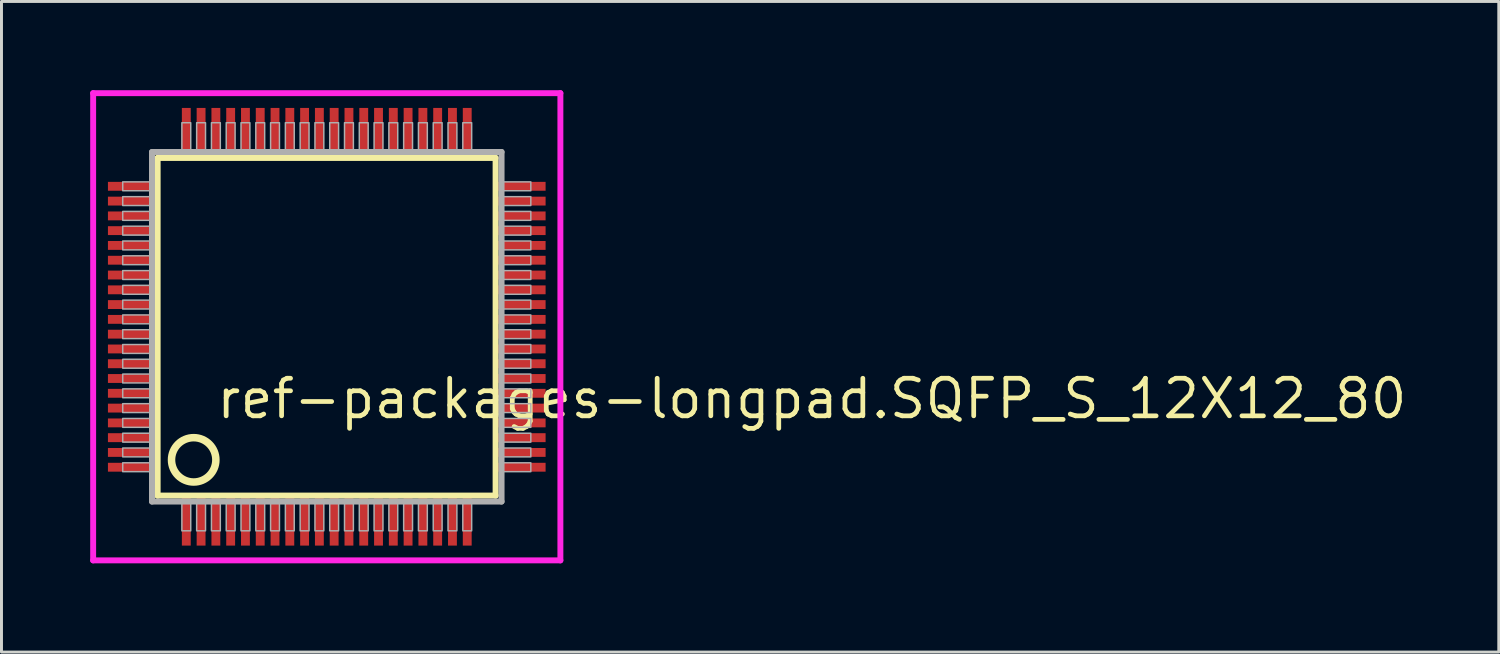
<source format=kicad_pcb>
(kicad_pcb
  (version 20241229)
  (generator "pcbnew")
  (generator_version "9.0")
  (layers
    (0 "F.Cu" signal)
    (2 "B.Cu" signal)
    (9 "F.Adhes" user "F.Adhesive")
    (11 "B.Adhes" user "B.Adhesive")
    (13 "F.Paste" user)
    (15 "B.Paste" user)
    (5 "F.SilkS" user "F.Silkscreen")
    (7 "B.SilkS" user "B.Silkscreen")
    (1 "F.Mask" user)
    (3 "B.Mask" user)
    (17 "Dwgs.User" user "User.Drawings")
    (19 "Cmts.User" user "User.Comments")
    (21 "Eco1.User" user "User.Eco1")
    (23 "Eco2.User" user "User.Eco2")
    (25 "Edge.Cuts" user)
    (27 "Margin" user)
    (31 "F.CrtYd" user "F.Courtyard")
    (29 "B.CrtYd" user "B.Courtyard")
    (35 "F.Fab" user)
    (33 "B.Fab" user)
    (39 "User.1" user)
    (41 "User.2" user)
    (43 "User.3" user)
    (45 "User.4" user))
  (footprint "ref-packages-longpad.SQFP_S_12X12_80"
    (layer "F.Cu")
    (at 8 8)
    (property "Reference" "ref-packages-longpad.SQFP_S_12X12_80" (at -3.81 3.175 0) (layer "F.SilkS") (effects (font (size 1.27 1.27) (thickness 0.16)) (justify left bottom)))
    (attr smd)
    (fp_line (start -5.72 -5.71) (end 5.71 -5.71) (stroke (width 0.203) (type default)) (layer "F.SilkS"))
    (fp_line (start -5.72 5.71) (end -5.72 -5.71) (stroke (width 0.203) (type default)) (layer "F.SilkS"))
    (fp_line (start 5.71 -5.71) (end 5.71 5.71) (stroke (width 0.203) (type default)) (layer "F.SilkS"))
    (fp_line (start 5.71 5.71) (end -5.72 5.71) (stroke (width 0.203) (type default)) (layer "F.SilkS"))
    (fp_circle (center -4.5 4.5) (end -3.75 4.5) (stroke (width 0.254) (type default)) (fill no) (layer "F.SilkS"))
    (fp_line (start -7.9 -7.9) (end 7.9 -7.9) (stroke (width 0.2) (type default)) (layer "F.CrtYd"))
    (fp_line (start -7.9 7.9) (end -7.9 -7.9) (stroke (width 0.2) (type default)) (layer "F.CrtYd"))
    (fp_line (start 7.9 -7.9) (end 7.9 7.9) (stroke (width 0.2) (type default)) (layer "F.CrtYd"))
    (fp_line (start 7.9 7.9) (end -7.9 7.9) (stroke (width 0.2) (type default)) (layer "F.CrtYd"))
    (fp_line (start -5.91 -5.91) (end -5.91 5.91) (stroke (width 0.203) (type default)) (layer "F.Fab"))
    (fp_line (start -5.91 5.91) (end 5.91 5.91) (stroke (width 0.203) (type default)) (layer "F.Fab"))
    (fp_line (start 5.91 -5.91) (end -5.91 -5.91) (stroke (width 0.203) (type default)) (layer "F.Fab"))
    (fp_line (start 5.91 5.91) (end 5.91 -5.91) (stroke (width 0.203) (type default)) (layer "F.Fab"))
    (fp_rect (start -6.9 -4.6) (end -5.95 -4.9) (stroke (width 0.05) (type default)) (fill no) (layer "F.Fab"))
    (fp_rect (start -6.9 -4.1) (end -5.95 -4.4) (stroke (width 0.05) (type default)) (fill no) (layer "F.Fab"))
    (fp_rect (start -6.9 -3.6) (end -5.95 -3.9) (stroke (width 0.05) (type default)) (fill no) (layer "F.Fab"))
    (fp_rect (start -6.9 -3.1) (end -5.95 -3.4) (stroke (width 0.05) (type default)) (fill no) (layer "F.Fab"))
    (fp_rect (start -6.9 -2.6) (end -5.95 -2.9) (stroke (width 0.05) (type default)) (fill no) (layer "F.Fab"))
    (fp_rect (start -6.9 -2.1) (end -5.95 -2.4) (stroke (width 0.05) (type default)) (fill no) (layer "F.Fab"))
    (fp_rect (start -6.9 -1.6) (end -5.95 -1.9) (stroke (width 0.05) (type default)) (fill no) (layer "F.Fab"))
    (fp_rect (start -6.9 -1.1) (end -5.95 -1.4) (stroke (width 0.05) (type default)) (fill no) (layer "F.Fab"))
    (fp_rect (start -6.9 -0.6) (end -5.95 -0.9) (stroke (width 0.05) (type default)) (fill no) (layer "F.Fab"))
    (fp_rect (start -6.9 -0.1) (end -5.95 -0.4) (stroke (width 0.05) (type default)) (fill no) (layer "F.Fab"))
    (fp_rect (start -6.9 0.4) (end -5.95 0.1) (stroke (width 0.05) (type default)) (fill no) (layer "F.Fab"))
    (fp_rect (start -6.9 0.9) (end -5.95 0.6) (stroke (width 0.05) (type default)) (fill no) (layer "F.Fab"))
    (fp_rect (start -6.9 1.4) (end -5.95 1.1) (stroke (width 0.05) (type default)) (fill no) (layer "F.Fab"))
    (fp_rect (start -6.9 1.9) (end -5.95 1.6) (stroke (width 0.05) (type default)) (fill no) (layer "F.Fab"))
    (fp_rect (start -6.9 2.4) (end -5.95 2.1) (stroke (width 0.05) (type default)) (fill no) (layer "F.Fab"))
    (fp_rect (start -6.9 2.9) (end -5.95 2.6) (stroke (width 0.05) (type default)) (fill no) (layer "F.Fab"))
    (fp_rect (start -6.9 3.4) (end -5.95 3.1) (stroke (width 0.05) (type default)) (fill no) (layer "F.Fab"))
    (fp_rect (start -6.9 3.9) (end -5.95 3.6) (stroke (width 0.05) (type default)) (fill no) (layer "F.Fab"))
    (fp_rect (start -6.9 4.4) (end -5.95 4.1) (stroke (width 0.05) (type default)) (fill no) (layer "F.Fab"))
    (fp_rect (start -6.9 4.9) (end -5.95 4.6) (stroke (width 0.05) (type default)) (fill no) (layer "F.Fab"))
    (fp_rect (start -4.9 -5.95) (end -4.6 -6.9) (stroke (width 0.05) (type default)) (fill no) (layer "F.Fab"))
    (fp_rect (start -4.9 6.9) (end -4.6 5.95) (stroke (width 0.05) (type default)) (fill no) (layer "F.Fab"))
    (fp_rect (start -4.4 -5.95) (end -4.1 -6.9) (stroke (width 0.05) (type default)) (fill no) (layer "F.Fab"))
    (fp_rect (start -4.4 6.9) (end -4.1 5.95) (stroke (width 0.05) (type default)) (fill no) (layer "F.Fab"))
    (fp_rect (start -3.9 -5.95) (end -3.6 -6.9) (stroke (width 0.05) (type default)) (fill no) (layer "F.Fab"))
    (fp_rect (start -3.9 6.9) (end -3.6 5.95) (stroke (width 0.05) (type default)) (fill no) (layer "F.Fab"))
    (fp_rect (start -3.4 -5.95) (end -3.1 -6.9) (stroke (width 0.05) (type default)) (fill no) (layer "F.Fab"))
    (fp_rect (start -3.4 6.9) (end -3.1 5.95) (stroke (width 0.05) (type default)) (fill no) (layer "F.Fab"))
    (fp_rect (start -2.9 -5.95) (end -2.6 -6.9) (stroke (width 0.05) (type default)) (fill no) (layer "F.Fab"))
    (fp_rect (start -2.9 6.9) (end -2.6 5.95) (stroke (width 0.05) (type default)) (fill no) (layer "F.Fab"))
    (fp_rect (start -2.4 -5.95) (end -2.1 -6.9) (stroke (width 0.05) (type default)) (fill no) (layer "F.Fab"))
    (fp_rect (start -2.4 6.9) (end -2.1 5.95) (stroke (width 0.05) (type default)) (fill no) (layer "F.Fab"))
    (fp_rect (start -1.9 -5.95) (end -1.6 -6.9) (stroke (width 0.05) (type default)) (fill no) (layer "F.Fab"))
    (fp_rect (start -1.9 6.9) (end -1.6 5.95) (stroke (width 0.05) (type default)) (fill no) (layer "F.Fab"))
    (fp_rect (start -1.4 -5.95) (end -1.1 -6.9) (stroke (width 0.05) (type default)) (fill no) (layer "F.Fab"))
    (fp_rect (start -1.4 6.9) (end -1.1 5.95) (stroke (width 0.05) (type default)) (fill no) (layer "F.Fab"))
    (fp_rect (start -0.9 -5.95) (end -0.6 -6.9) (stroke (width 0.05) (type default)) (fill no) (layer "F.Fab"))
    (fp_rect (start -0.9 6.9) (end -0.6 5.95) (stroke (width 0.05) (type default)) (fill no) (layer "F.Fab"))
    (fp_rect (start -0.4 -5.95) (end -0.1 -6.9) (stroke (width 0.05) (type default)) (fill no) (layer "F.Fab"))
    (fp_rect (start -0.4 6.9) (end -0.1 5.95) (stroke (width 0.05) (type default)) (fill no) (layer "F.Fab"))
    (fp_rect (start 0.1 -5.95) (end 0.4 -6.9) (stroke (width 0.05) (type default)) (fill no) (layer "F.Fab"))
    (fp_rect (start 0.1 6.9) (end 0.4 5.95) (stroke (width 0.05) (type default)) (fill no) (layer "F.Fab"))
    (fp_rect (start 0.6 -5.95) (end 0.9 -6.9) (stroke (width 0.05) (type default)) (fill no) (layer "F.Fab"))
    (fp_rect (start 0.6 6.9) (end 0.9 5.95) (stroke (width 0.05) (type default)) (fill no) (layer "F.Fab"))
    (fp_rect (start 1.1 -5.95) (end 1.4 -6.9) (stroke (width 0.05) (type default)) (fill no) (layer "F.Fab"))
    (fp_rect (start 1.1 6.9) (end 1.4 5.95) (stroke (width 0.05) (type default)) (fill no) (layer "F.Fab"))
    (fp_rect (start 1.6 -5.95) (end 1.9 -6.9) (stroke (width 0.05) (type default)) (fill no) (layer "F.Fab"))
    (fp_rect (start 1.6 6.9) (end 1.9 5.95) (stroke (width 0.05) (type default)) (fill no) (layer "F.Fab"))
    (fp_rect (start 2.1 -5.95) (end 2.4 -6.9) (stroke (width 0.05) (type default)) (fill no) (layer "F.Fab"))
    (fp_rect (start 2.1 6.9) (end 2.4 5.95) (stroke (width 0.05) (type default)) (fill no) (layer "F.Fab"))
    (fp_rect (start 2.6 -5.95) (end 2.9 -6.9) (stroke (width 0.05) (type default)) (fill no) (layer "F.Fab"))
    (fp_rect (start 2.6 6.9) (end 2.9 5.95) (stroke (width 0.05) (type default)) (fill no) (layer "F.Fab"))
    (fp_rect (start 3.1 -5.95) (end 3.4 -6.9) (stroke (width 0.05) (type default)) (fill no) (layer "F.Fab"))
    (fp_rect (start 3.1 6.9) (end 3.4 5.95) (stroke (width 0.05) (type default)) (fill no) (layer "F.Fab"))
    (fp_rect (start 3.6 -5.95) (end 3.9 -6.9) (stroke (width 0.05) (type default)) (fill no) (layer "F.Fab"))
    (fp_rect (start 3.6 6.9) (end 3.9 5.95) (stroke (width 0.05) (type default)) (fill no) (layer "F.Fab"))
    (fp_rect (start 4.1 -5.95) (end 4.4 -6.9) (stroke (width 0.05) (type default)) (fill no) (layer "F.Fab"))
    (fp_rect (start 4.1 6.9) (end 4.4 5.95) (stroke (width 0.05) (type default)) (fill no) (layer "F.Fab"))
    (fp_rect (start 4.6 -5.95) (end 4.9 -6.9) (stroke (width 0.05) (type default)) (fill no) (layer "F.Fab"))
    (fp_rect (start 4.6 6.9) (end 4.9 5.95) (stroke (width 0.05) (type default)) (fill no) (layer "F.Fab"))
    (fp_rect (start 5.95 -4.6) (end 6.9 -4.9) (stroke (width 0.05) (type default)) (fill no) (layer "F.Fab"))
    (fp_rect (start 5.95 -4.1) (end 6.9 -4.4) (stroke (width 0.05) (type default)) (fill no) (layer "F.Fab"))
    (fp_rect (start 5.95 -3.6) (end 6.9 -3.9) (stroke (width 0.05) (type default)) (fill no) (layer "F.Fab"))
    (fp_rect (start 5.95 -3.1) (end 6.9 -3.4) (stroke (width 0.05) (type default)) (fill no) (layer "F.Fab"))
    (fp_rect (start 5.95 -2.6) (end 6.9 -2.9) (stroke (width 0.05) (type default)) (fill no) (layer "F.Fab"))
    (fp_rect (start 5.95 -2.1) (end 6.9 -2.4) (stroke (width 0.05) (type default)) (fill no) (layer "F.Fab"))
    (fp_rect (start 5.95 -1.6) (end 6.9 -1.9) (stroke (width 0.05) (type default)) (fill no) (layer "F.Fab"))
    (fp_rect (start 5.95 -1.1) (end 6.9 -1.4) (stroke (width 0.05) (type default)) (fill no) (layer "F.Fab"))
    (fp_rect (start 5.95 -0.6) (end 6.9 -0.9) (stroke (width 0.05) (type default)) (fill no) (layer "F.Fab"))
    (fp_rect (start 5.95 -0.1) (end 6.9 -0.4) (stroke (width 0.05) (type default)) (fill no) (layer "F.Fab"))
    (fp_rect (start 5.95 0.4) (end 6.9 0.1) (stroke (width 0.05) (type default)) (fill no) (layer "F.Fab"))
    (fp_rect (start 5.95 0.9) (end 6.9 0.6) (stroke (width 0.05) (type default)) (fill no) (layer "F.Fab"))
    (fp_rect (start 5.95 1.4) (end 6.9 1.1) (stroke (width 0.05) (type default)) (fill no) (layer "F.Fab"))
    (fp_rect (start 5.95 1.9) (end 6.9 1.6) (stroke (width 0.05) (type default)) (fill no) (layer "F.Fab"))
    (fp_rect (start 5.95 2.4) (end 6.9 2.1) (stroke (width 0.05) (type default)) (fill no) (layer "F.Fab"))
    (fp_rect (start 5.95 2.9) (end 6.9 2.6) (stroke (width 0.05) (type default)) (fill no) (layer "F.Fab"))
    (fp_rect (start 5.95 3.4) (end 6.9 3.1) (stroke (width 0.05) (type default)) (fill no) (layer "F.Fab"))
    (fp_rect (start 5.95 3.9) (end 6.9 3.6) (stroke (width 0.05) (type default)) (fill no) (layer "F.Fab"))
    (fp_rect (start 5.95 4.4) (end 6.9 4.1) (stroke (width 0.05) (type default)) (fill no) (layer "F.Fab"))
    (fp_rect (start 5.95 4.9) (end 6.9 4.6) (stroke (width 0.05) (type default)) (fill no) (layer "F.Fab"))
    (pad "1" smd roundrect (at -4.75 6.6) (size 0.3 1.6) (layers "F.Cu" "F.Mask" "F.Paste") (roundrect_rratio 0.01))
    (pad "2" smd roundrect (at -4.25 6.6) (size 0.3 1.6) (layers "F.Cu" "F.Mask" "F.Paste") (roundrect_rratio 0.01))
    (pad "3" smd roundrect (at -3.75 6.6) (size 0.3 1.6) (layers "F.Cu" "F.Mask" "F.Paste") (roundrect_rratio 0.01))
    (pad "4" smd roundrect (at -3.25 6.6) (size 0.3 1.6) (layers "F.Cu" "F.Mask" "F.Paste") (roundrect_rratio 0.01))
    (pad "5" smd roundrect (at -2.75 6.6) (size 0.3 1.6) (layers "F.Cu" "F.Mask" "F.Paste") (roundrect_rratio 0.01))
    (pad "6" smd roundrect (at -2.25 6.6) (size 0.3 1.6) (layers "F.Cu" "F.Mask" "F.Paste") (roundrect_rratio 0.01))
    (pad "7" smd roundrect (at -1.75 6.6) (size 0.3 1.6) (layers "F.Cu" "F.Mask" "F.Paste") (roundrect_rratio 0.01))
    (pad "8" smd roundrect (at -1.25 6.6) (size 0.3 1.6) (layers "F.Cu" "F.Mask" "F.Paste") (roundrect_rratio 0.01))
    (pad "9" smd roundrect (at -0.75 6.6) (size 0.3 1.6) (layers "F.Cu" "F.Mask" "F.Paste") (roundrect_rratio 0.01))
    (pad "10" smd roundrect (at -0.25 6.6) (size 0.3 1.6) (layers "F.Cu" "F.Mask" "F.Paste") (roundrect_rratio 0.01))
    (pad "11" smd roundrect (at 0.25 6.6) (size 0.3 1.6) (layers "F.Cu" "F.Mask" "F.Paste") (roundrect_rratio 0.01))
    (pad "12" smd roundrect (at 0.75 6.6) (size 0.3 1.6) (layers "F.Cu" "F.Mask" "F.Paste") (roundrect_rratio 0.01))
    (pad "13" smd roundrect (at 1.25 6.6) (size 0.3 1.6) (layers "F.Cu" "F.Mask" "F.Paste") (roundrect_rratio 0.01))
    (pad "14" smd roundrect (at 1.75 6.6) (size 0.3 1.6) (layers "F.Cu" "F.Mask" "F.Paste") (roundrect_rratio 0.01))
    (pad "15" smd roundrect (at 2.25 6.6) (size 0.3 1.6) (layers "F.Cu" "F.Mask" "F.Paste") (roundrect_rratio 0.01))
    (pad "16" smd roundrect (at 2.75 6.6) (size 0.3 1.6) (layers "F.Cu" "F.Mask" "F.Paste") (roundrect_rratio 0.01))
    (pad "17" smd roundrect (at 3.25 6.6) (size 0.3 1.6) (layers "F.Cu" "F.Mask" "F.Paste") (roundrect_rratio 0.01))
    (pad "18" smd roundrect (at 3.75 6.6) (size 0.3 1.6) (layers "F.Cu" "F.Mask" "F.Paste") (roundrect_rratio 0.01))
    (pad "19" smd roundrect (at 4.25 6.6) (size 0.3 1.6) (layers "F.Cu" "F.Mask" "F.Paste") (roundrect_rratio 0.01))
    (pad "20" smd roundrect (at 4.75 6.6) (size 0.3 1.6) (layers "F.Cu" "F.Mask" "F.Paste") (roundrect_rratio 0.01))
    (pad "21" smd roundrect (at 6.6 4.75) (size 1.6 0.3) (layers "F.Cu" "F.Mask" "F.Paste") (roundrect_rratio 0.01))
    (pad "22" smd roundrect (at 6.6 4.25) (size 1.6 0.3) (layers "F.Cu" "F.Mask" "F.Paste") (roundrect_rratio 0.01))
    (pad "23" smd roundrect (at 6.6 3.75) (size 1.6 0.3) (layers "F.Cu" "F.Mask" "F.Paste") (roundrect_rratio 0.01))
    (pad "24" smd roundrect (at 6.6 3.25) (size 1.6 0.3) (layers "F.Cu" "F.Mask" "F.Paste") (roundrect_rratio 0.01))
    (pad "25" smd roundrect (at 6.6 2.75) (size 1.6 0.3) (layers "F.Cu" "F.Mask" "F.Paste") (roundrect_rratio 0.01))
    (pad "26" smd roundrect (at 6.6 2.25) (size 1.6 0.3) (layers "F.Cu" "F.Mask" "F.Paste") (roundrect_rratio 0.01))
    (pad "27" smd roundrect (at 6.6 1.75) (size 1.6 0.3) (layers "F.Cu" "F.Mask" "F.Paste") (roundrect_rratio 0.01))
    (pad "28" smd roundrect (at 6.6 1.25) (size 1.6 0.3) (layers "F.Cu" "F.Mask" "F.Paste") (roundrect_rratio 0.01))
    (pad "29" smd roundrect (at 6.6 0.75) (size 1.6 0.3) (layers "F.Cu" "F.Mask" "F.Paste") (roundrect_rratio 0.01))
    (pad "30" smd roundrect (at 6.6 0.25) (size 1.6 0.3) (layers "F.Cu" "F.Mask" "F.Paste") (roundrect_rratio 0.01))
    (pad "31" smd roundrect (at 6.6 -0.25) (size 1.6 0.3) (layers "F.Cu" "F.Mask" "F.Paste") (roundrect_rratio 0.01))
    (pad "32" smd roundrect (at 6.6 -0.75) (size 1.6 0.3) (layers "F.Cu" "F.Mask" "F.Paste") (roundrect_rratio 0.01))
    (pad "33" smd roundrect (at 6.6 -1.25) (size 1.6 0.3) (layers "F.Cu" "F.Mask" "F.Paste") (roundrect_rratio 0.01))
    (pad "34" smd roundrect (at 6.6 -1.75) (size 1.6 0.3) (layers "F.Cu" "F.Mask" "F.Paste") (roundrect_rratio 0.01))
    (pad "35" smd roundrect (at 6.6 -2.25) (size 1.6 0.3) (layers "F.Cu" "F.Mask" "F.Paste") (roundrect_rratio 0.01))
    (pad "36" smd roundrect (at 6.6 -2.75) (size 1.6 0.3) (layers "F.Cu" "F.Mask" "F.Paste") (roundrect_rratio 0.01))
    (pad "37" smd roundrect (at 6.6 -3.25) (size 1.6 0.3) (layers "F.Cu" "F.Mask" "F.Paste") (roundrect_rratio 0.01))
    (pad "38" smd roundrect (at 6.6 -3.75) (size 1.6 0.3) (layers "F.Cu" "F.Mask" "F.Paste") (roundrect_rratio 0.01))
    (pad "39" smd roundrect (at 6.6 -4.25) (size 1.6 0.3) (layers "F.Cu" "F.Mask" "F.Paste") (roundrect_rratio 0.01))
    (pad "40" smd roundrect (at 6.6 -4.75) (size 1.6 0.3) (layers "F.Cu" "F.Mask" "F.Paste") (roundrect_rratio 0.01))
    (pad "41" smd roundrect (at 4.75 -6.6) (size 0.3 1.6) (layers "F.Cu" "F.Mask" "F.Paste") (roundrect_rratio 0.01))
    (pad "42" smd roundrect (at 4.25 -6.6) (size 0.3 1.6) (layers "F.Cu" "F.Mask" "F.Paste") (roundrect_rratio 0.01))
    (pad "43" smd roundrect (at 3.75 -6.6) (size 0.3 1.6) (layers "F.Cu" "F.Mask" "F.Paste") (roundrect_rratio 0.01))
    (pad "44" smd roundrect (at 3.25 -6.6) (size 0.3 1.6) (layers "F.Cu" "F.Mask" "F.Paste") (roundrect_rratio 0.01))
    (pad "45" smd roundrect (at 2.75 -6.6) (size 0.3 1.6) (layers "F.Cu" "F.Mask" "F.Paste") (roundrect_rratio 0.01))
    (pad "46" smd roundrect (at 2.25 -6.6) (size 0.3 1.6) (layers "F.Cu" "F.Mask" "F.Paste") (roundrect_rratio 0.01))
    (pad "47" smd roundrect (at 1.75 -6.6) (size 0.3 1.6) (layers "F.Cu" "F.Mask" "F.Paste") (roundrect_rratio 0.01))
    (pad "48" smd roundrect (at 1.25 -6.6) (size 0.3 1.6) (layers "F.Cu" "F.Mask" "F.Paste") (roundrect_rratio 0.01))
    (pad "49" smd roundrect (at 0.75 -6.6) (size 0.3 1.6) (layers "F.Cu" "F.Mask" "F.Paste") (roundrect_rratio 0.01))
    (pad "50" smd roundrect (at 0.25 -6.6) (size 0.3 1.6) (layers "F.Cu" "F.Mask" "F.Paste") (roundrect_rratio 0.01))
    (pad "51" smd roundrect (at -0.25 -6.6) (size 0.3 1.6) (layers "F.Cu" "F.Mask" "F.Paste") (roundrect_rratio 0.01))
    (pad "52" smd roundrect (at -0.75 -6.6) (size 0.3 1.6) (layers "F.Cu" "F.Mask" "F.Paste") (roundrect_rratio 0.01))
    (pad "53" smd roundrect (at -1.25 -6.6) (size 0.3 1.6) (layers "F.Cu" "F.Mask" "F.Paste") (roundrect_rratio 0.01))
    (pad "54" smd roundrect (at -1.75 -6.6) (size 0.3 1.6) (layers "F.Cu" "F.Mask" "F.Paste") (roundrect_rratio 0.01))
    (pad "55" smd roundrect (at -2.25 -6.6) (size 0.3 1.6) (layers "F.Cu" "F.Mask" "F.Paste") (roundrect_rratio 0.01))
    (pad "56" smd roundrect (at -2.75 -6.6) (size 0.3 1.6) (layers "F.Cu" "F.Mask" "F.Paste") (roundrect_rratio 0.01))
    (pad "57" smd roundrect (at -3.25 -6.6) (size 0.3 1.6) (layers "F.Cu" "F.Mask" "F.Paste") (roundrect_rratio 0.01))
    (pad "58" smd roundrect (at -3.75 -6.6) (size 0.3 1.6) (layers "F.Cu" "F.Mask" "F.Paste") (roundrect_rratio 0.01))
    (pad "59" smd roundrect (at -4.25 -6.6) (size 0.3 1.6) (layers "F.Cu" "F.Mask" "F.Paste") (roundrect_rratio 0.01))
    (pad "60" smd roundrect (at -4.75 -6.6) (size 0.3 1.6) (layers "F.Cu" "F.Mask" "F.Paste") (roundrect_rratio 0.01))
    (pad "61" smd roundrect (at -6.6 -4.75) (size 1.6 0.3) (layers "F.Cu" "F.Mask" "F.Paste") (roundrect_rratio 0.01))
    (pad "62" smd roundrect (at -6.6 -4.25) (size 1.6 0.3) (layers "F.Cu" "F.Mask" "F.Paste") (roundrect_rratio 0.01))
    (pad "63" smd roundrect (at -6.6 -3.75) (size 1.6 0.3) (layers "F.Cu" "F.Mask" "F.Paste") (roundrect_rratio 0.01))
    (pad "64" smd roundrect (at -6.6 -3.25) (size 1.6 0.3) (layers "F.Cu" "F.Mask" "F.Paste") (roundrect_rratio 0.01))
    (pad "65" smd roundrect (at -6.6 -2.75) (size 1.6 0.3) (layers "F.Cu" "F.Mask" "F.Paste") (roundrect_rratio 0.01))
    (pad "66" smd roundrect (at -6.6 -2.25) (size 1.6 0.3) (layers "F.Cu" "F.Mask" "F.Paste") (roundrect_rratio 0.01))
    (pad "67" smd roundrect (at -6.6 -1.75) (size 1.6 0.3) (layers "F.Cu" "F.Mask" "F.Paste") (roundrect_rratio 0.01))
    (pad "68" smd roundrect (at -6.6 -1.25) (size 1.6 0.3) (layers "F.Cu" "F.Mask" "F.Paste") (roundrect_rratio 0.01))
    (pad "69" smd roundrect (at -6.6 -0.75) (size 1.6 0.3) (layers "F.Cu" "F.Mask" "F.Paste") (roundrect_rratio 0.01))
    (pad "70" smd roundrect (at -6.6 -0.25) (size 1.6 0.3) (layers "F.Cu" "F.Mask" "F.Paste") (roundrect_rratio 0.01))
    (pad "71" smd roundrect (at -6.6 0.25) (size 1.6 0.3) (layers "F.Cu" "F.Mask" "F.Paste") (roundrect_rratio 0.01))
    (pad "72" smd roundrect (at -6.6 0.75) (size 1.6 0.3) (layers "F.Cu" "F.Mask" "F.Paste") (roundrect_rratio 0.01))
    (pad "73" smd roundrect (at -6.6 1.25) (size 1.6 0.3) (layers "F.Cu" "F.Mask" "F.Paste") (roundrect_rratio 0.01))
    (pad "74" smd roundrect (at -6.6 1.75) (size 1.6 0.3) (layers "F.Cu" "F.Mask" "F.Paste") (roundrect_rratio 0.01))
    (pad "75" smd roundrect (at -6.6 2.25) (size 1.6 0.3) (layers "F.Cu" "F.Mask" "F.Paste") (roundrect_rratio 0.01))
    (pad "76" smd roundrect (at -6.6 2.75) (size 1.6 0.3) (layers "F.Cu" "F.Mask" "F.Paste") (roundrect_rratio 0.01))
    (pad "77" smd roundrect (at -6.6 3.25) (size 1.6 0.3) (layers "F.Cu" "F.Mask" "F.Paste") (roundrect_rratio 0.01))
    (pad "78" smd roundrect (at -6.6 3.75) (size 1.6 0.3) (layers "F.Cu" "F.Mask" "F.Paste") (roundrect_rratio 0.01))
    (pad "79" smd roundrect (at -6.6 4.25) (size 1.6 0.3) (layers "F.Cu" "F.Mask" "F.Paste") (roundrect_rratio 0.01))
    (pad "80" smd roundrect (at -6.6 4.75) (size 1.6 0.3) (layers "F.Cu" "F.Mask" "F.Paste") (roundrect_rratio 0.01)))
  (gr_rect
    (start -3 -3)
    (end 47.633 19)
    (stroke (width 0.1) (type default))
    (fill no)
    (layer "Edge.Cuts")))
</source>
